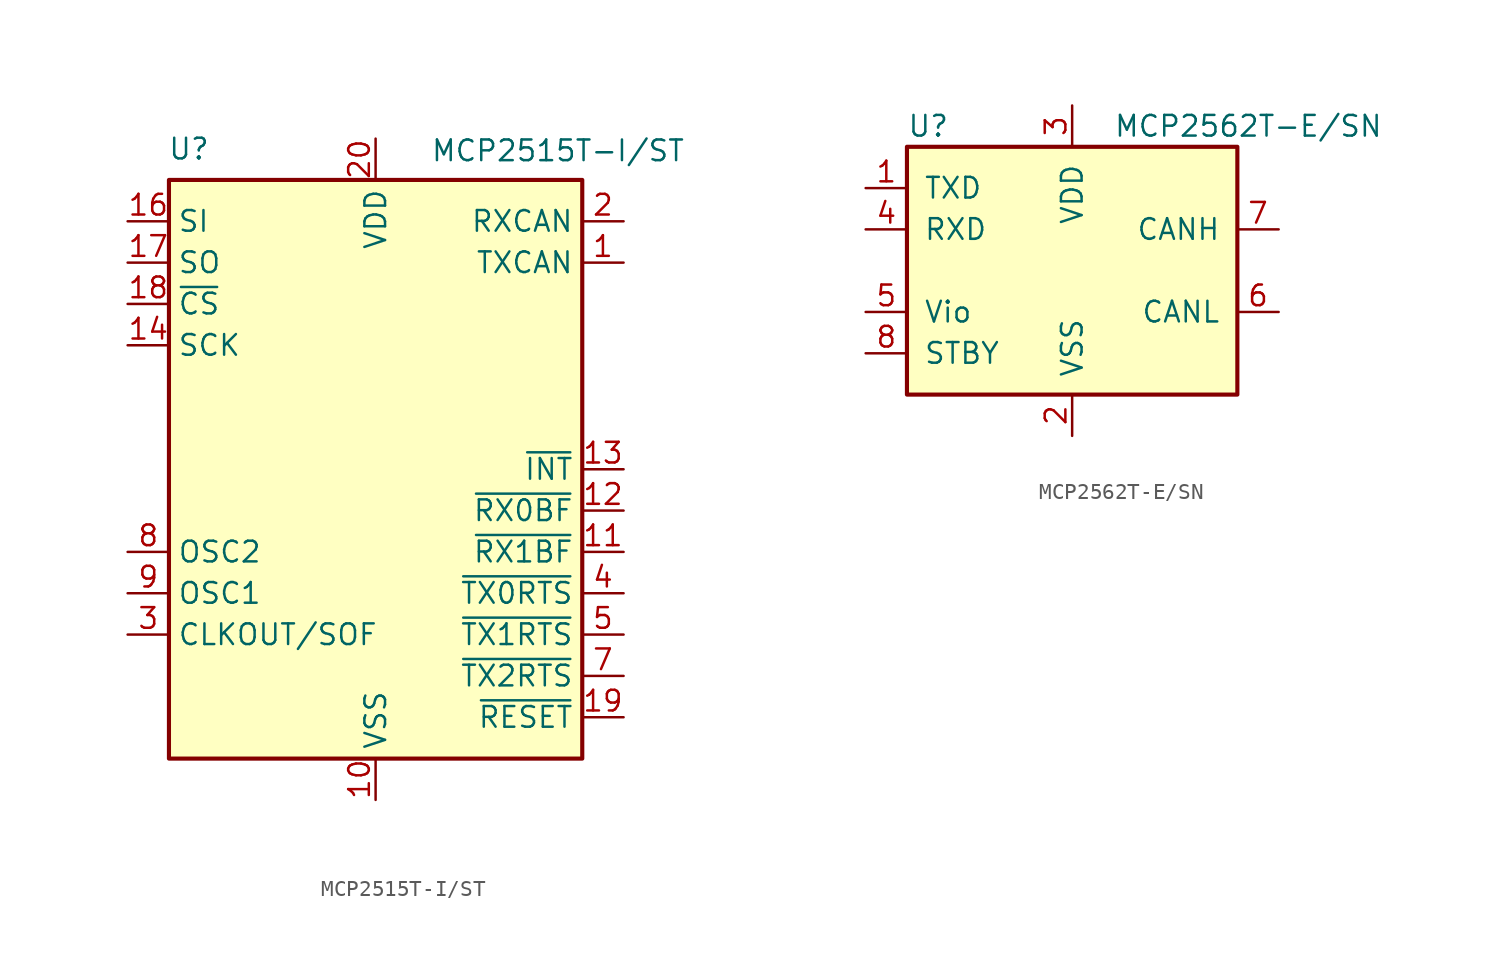
<source format=kicad_sym>
(kicad_symbol_lib
  (version 20241209)
  (generator "kicad_symbol_editor")
  (generator_version "9.0")
  (symbol "MCP2515T-I/ST"
    (property "Reference" "U"
      (at -10.16 19.685 0)
      (effects (font (size 1.27 1.27)) (justify right)))
    (property "Value" "MCP2515T-I/ST"
      (at 19.05 20.32 0)
      (effects (font (size 1.27 1.27)) (justify right top)))
    (symbol "MCP2515T-I/ST_0_1"
      (rectangle (start -12.7 17.78) (end 12.7 -17.78) (stroke (width 0.254) (type default)) (fill (type background))))
    (symbol "MCP2515T-I/ST_1_1"
      (pin input line (at -15.24 15.24 0) (length 2.54) (name "SI" (effects (font (size 1.27 1.27)))) (number "16" (effects (font (size 1.27 1.27)))))
      (pin output line (at -15.24 12.7 0) (length 2.54) (name "SO" (effects (font (size 1.27 1.27)))) (number "17" (effects (font (size 1.27 1.27)))))
      (pin input line (at -15.24 10.16 0) (length 2.54) (name "~{CS}" (effects (font (size 1.27 1.27)))) (number "18" (effects (font (size 1.27 1.27)))))
      (pin input line (at -15.24 7.62 0) (length 2.54) (name "SCK" (effects (font (size 1.27 1.27)))) (number "14" (effects (font (size 1.27 1.27)))))
      (pin output line (at -15.24 -5.08 0) (length 2.54) (name "OSC2" (effects (font (size 1.27 1.27)))) (number "8" (effects (font (size 1.27 1.27)))))
      (pin input line (at -15.24 -7.62 0) (length 2.54) (name "OSC1" (effects (font (size 1.27 1.27)))) (number "9" (effects (font (size 1.27 1.27)))))
      (pin output line (at -15.24 -10.16 0) (length 2.54) (name "CLKOUT/SOF" (effects (font (size 1.27 1.27)))) (number "3" (effects (font (size 1.27 1.27)))))
      (pin no_connect line (at -12.7 0 0) (length 2.54) (hide yes) (name "NC" (effects (font (size 1.27 1.27)))) (number "6" (effects (font (size 1.27 1.27)))))
      (pin no_connect line (at -12.7 -2.54 0) (length 2.54) (hide yes) (name "NC" (effects (font (size 1.27 1.27)))) (number "15" (effects (font (size 1.27 1.27)))))
      (pin power_in line (at 0 20.32 270) (length 2.54) (name "VDD" (effects (font (size 1.27 1.27)))) (number "20" (effects (font (size 1.27 1.27)))))
      (pin power_in line (at 0 -20.32 90) (length 2.54) (name "VSS" (effects (font (size 1.27 1.27)))) (number "10" (effects (font (size 1.27 1.27)))))
      (pin input line (at 15.24 15.24 180) (length 2.54) (name "RXCAN" (effects (font (size 1.27 1.27)))) (number "2" (effects (font (size 1.27 1.27)))))
      (pin output line (at 15.24 12.7 180) (length 2.54) (name "TXCAN" (effects (font (size 1.27 1.27)))) (number "1" (effects (font (size 1.27 1.27)))))
      (pin output line (at 15.24 0 180) (length 2.54) (name "~{INT}" (effects (font (size 1.27 1.27)))) (number "13" (effects (font (size 1.27 1.27)))))
      (pin output line (at 15.24 -2.54 180) (length 2.54) (name "~{RX0BF}" (effects (font (size 1.27 1.27)))) (number "12" (effects (font (size 1.27 1.27)))))
      (pin output line (at 15.24 -5.08 180) (length 2.54) (name "~{RX1BF}" (effects (font (size 1.27 1.27)))) (number "11" (effects (font (size 1.27 1.27)))))
      (pin input line (at 15.24 -7.62 180) (length 2.54) (name "~{TX0RTS}" (effects (font (size 1.27 1.27)))) (number "4" (effects (font (size 1.27 1.27)))))
      (pin input line (at 15.24 -10.16 180) (length 2.54) (name "~{TX1RTS}" (effects (font (size 1.27 1.27)))) (number "5" (effects (font (size 1.27 1.27)))))
      (pin input line (at 15.24 -12.7 180) (length 2.54) (name "~{TX2RTS}" (effects (font (size 1.27 1.27)))) (number "7" (effects (font (size 1.27 1.27)))))
      (pin input line (at 15.24 -15.24 180) (length 2.54) (name "~{RESET}" (effects (font (size 1.27 1.27)))) (number "19" (effects (font (size 1.27 1.27)))))))
  (symbol "MCP2562T-E/SN"
    (pin_names
      (offset 1.016))
    (property "Reference" "U"
      (at -10.16 8.89 0)
      (effects (font (size 1.27 1.27)) (justify left)))
    (property "Value" "MCP2562T-E/SN"
      (at 2.54 8.89 0)
      (effects (font (size 1.27 1.27)) (justify left)))
    (symbol "MCP2562T-E/SN_0_1"
      (rectangle (start -10.16 7.62) (end 10.16 -7.62) (stroke (width 0.254) (type default)) (fill (type background))))
    (symbol "MCP2562T-E/SN_1_1"
      (pin input line (at -12.7 5.08 0) (length 2.54) (name "TXD" (effects (font (size 1.27 1.27)))) (number "1" (effects (font (size 1.27 1.27)))))
      (pin output line (at -12.7 2.54 0) (length 2.54) (name "RXD" (effects (font (size 1.27 1.27)))) (number "4" (effects (font (size 1.27 1.27)))))
      (pin power_in line (at -12.7 -2.54 0) (length 2.54) (name "Vio" (effects (font (size 1.27 1.27)))) (number "5" (effects (font (size 1.27 1.27)))))
      (pin input line (at -12.7 -5.08 0) (length 2.54) (name "STBY" (effects (font (size 1.27 1.27)))) (number "8" (effects (font (size 1.27 1.27)))))
      (pin power_in line (at 0 10.16 270) (length 2.54) (name "VDD" (effects (font (size 1.27 1.27)))) (number "3" (effects (font (size 1.27 1.27)))))
      (pin power_in line (at 0 -10.16 90) (length 2.54) (name "VSS" (effects (font (size 1.27 1.27)))) (number "2" (effects (font (size 1.27 1.27)))))
      (pin bidirectional line (at 12.7 2.54 180) (length 2.54) (name "CANH" (effects (font (size 1.27 1.27)))) (number "7" (effects (font (size 1.27 1.27)))))
      (pin bidirectional line (at 12.7 -2.54 180) (length 2.54) (name "CANL" (effects (font (size 1.27 1.27)))) (number "6" (effects (font (size 1.27 1.27))))))))
</source>
